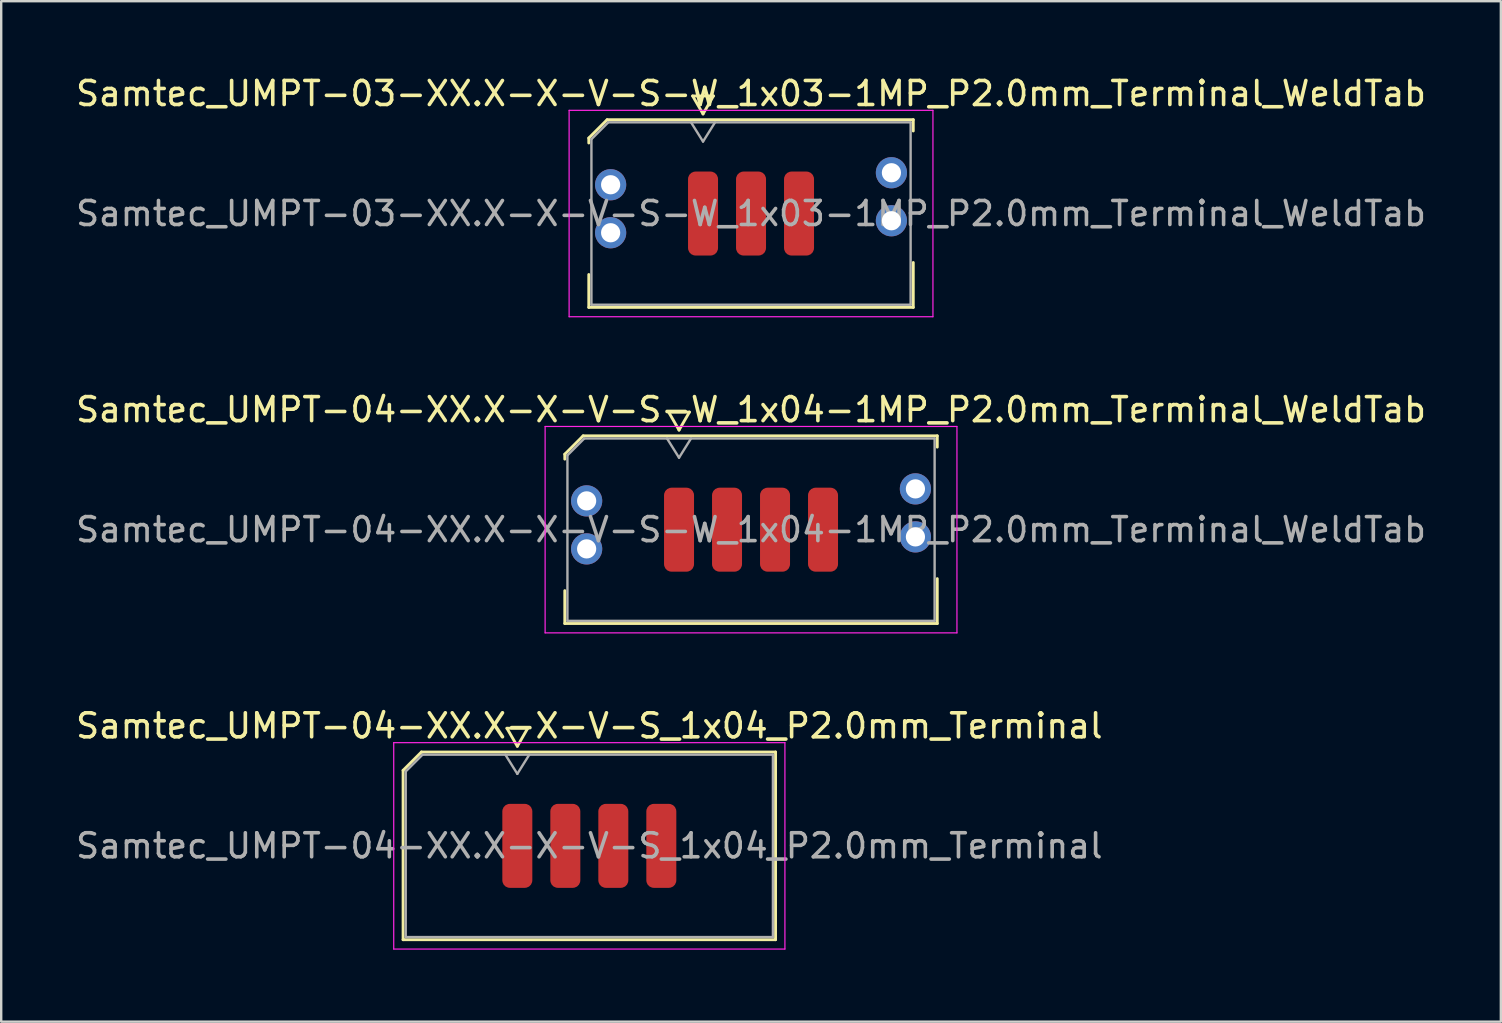
<source format=kicad_pcb>
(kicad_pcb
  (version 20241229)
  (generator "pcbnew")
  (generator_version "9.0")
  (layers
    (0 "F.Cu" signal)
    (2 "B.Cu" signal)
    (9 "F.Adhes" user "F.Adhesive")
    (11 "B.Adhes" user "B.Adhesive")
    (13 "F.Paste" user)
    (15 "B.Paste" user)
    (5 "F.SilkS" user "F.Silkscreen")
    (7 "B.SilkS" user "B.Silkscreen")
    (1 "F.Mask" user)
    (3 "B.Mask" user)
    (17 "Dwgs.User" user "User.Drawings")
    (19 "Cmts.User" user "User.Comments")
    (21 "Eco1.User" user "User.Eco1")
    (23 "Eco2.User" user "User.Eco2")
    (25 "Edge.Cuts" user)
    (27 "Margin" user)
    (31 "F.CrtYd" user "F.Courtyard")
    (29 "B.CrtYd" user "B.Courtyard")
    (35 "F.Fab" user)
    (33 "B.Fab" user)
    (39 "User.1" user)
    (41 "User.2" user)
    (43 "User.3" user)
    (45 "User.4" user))
  (footprint "Samtec_UMPT-04-XX.X-X-V-S_1x04_P2.0mm_Terminal"
    (layer "F.Cu")
    (at 21.506 32.195)
    (property "Reference" "Samtec_UMPT-04-XX.X-X-V-S_1x04_P2.0mm_Terminal" (at 0 -5 0) (layer "F.SilkS") (effects (font (size 1 1) (thickness 0.15))))
    (attr smd)
    (fp_line (start -7.76 -3.146) (end -6.996 -3.91) (stroke (width 0.12) (type solid)) (layer "F.SilkS"))
    (fp_line (start -7.76 3.91) (end -7.76 -3.146) (stroke (width 0.12) (type solid)) (layer "F.SilkS"))
    (fp_line (start -6.996 -3.91) (end 7.76 -3.91) (stroke (width 0.12) (type solid)) (layer "F.SilkS"))
    (fp_line (start -3.433 -4.9) (end -3 -4.15) (stroke (width 0.12) (type solid)) (layer "F.SilkS"))
    (fp_line (start -3 -4.15) (end -2.567 -4.9) (stroke (width 0.12) (type solid)) (layer "F.SilkS"))
    (fp_line (start -2.567 -4.9) (end -3.433 -4.9) (stroke (width 0.12) (type solid)) (layer "F.SilkS"))
    (fp_line (start 7.76 -3.91) (end 7.76 3.91) (stroke (width 0.12) (type solid)) (layer "F.SilkS"))
    (fp_line (start 7.76 3.91) (end -7.76 3.91) (stroke (width 0.12) (type solid)) (layer "F.SilkS"))
    (fp_line (start -8.15 -4.3) (end -8.15 4.3) (stroke (width 0.05) (type solid)) (layer "F.CrtYd"))
    (fp_line (start -8.15 4.3) (end 8.15 4.3) (stroke (width 0.05) (type solid)) (layer "F.CrtYd"))
    (fp_line (start 8.15 -4.3) (end -8.15 -4.3) (stroke (width 0.05) (type solid)) (layer "F.CrtYd"))
    (fp_line (start 8.15 4.3) (end 8.15 -4.3) (stroke (width 0.05) (type solid)) (layer "F.CrtYd"))
    (fp_line (start -7.65 -3.1) (end -6.95 -3.8) (stroke (width 0.1) (type solid)) (layer "F.Fab"))
    (fp_line (start -7.65 3.8) (end -7.65 -3.1) (stroke (width 0.1) (type solid)) (layer "F.Fab"))
    (fp_line (start -6.95 -3.8) (end 7.65 -3.8) (stroke (width 0.1) (type solid)) (layer "F.Fab"))
    (fp_line (start -3.5 -3.8) (end -3 -3) (stroke (width 0.1) (type solid)) (layer "F.Fab"))
    (fp_line (start -3 -3) (end -2.5 -3.8) (stroke (width 0.1) (type solid)) (layer "F.Fab"))
    (fp_line (start 7.65 -3.8) (end 7.65 3.8) (stroke (width 0.1) (type solid)) (layer "F.Fab"))
    (fp_line (start 7.65 3.8) (end -7.65 3.8) (stroke (width 0.1) (type solid)) (layer "F.Fab"))
    (fp_text user "${REFERENCE}" (at 0 0 0) (layer "F.Fab") (effects (font (size 1 1) (thickness 0.15))))
    (pad "1" smd roundrect (at -3 0) (size 1.25 3.5) (layers "F.Cu" "F.Mask" "F.Paste") (roundrect_rratio 0.25))
    (pad "2" smd roundrect (at -1 0) (size 1.25 3.5) (layers "F.Cu" "F.Mask" "F.Paste") (roundrect_rratio 0.25))
    (pad "3" smd roundrect (at 1 0) (size 1.25 3.5) (layers "F.Cu" "F.Mask" "F.Paste") (roundrect_rratio 0.25))
    (pad "4" smd roundrect (at 3 0) (size 1.25 3.5) (layers "F.Cu" "F.Mask" "F.Paste") (roundrect_rratio 0.25)))
  (footprint "Samtec_UMPT-03-XX.X-X-V-S-W_1x03-1MP_P2.0mm_Terminal_WeldTab"
    (layer "F.Cu")
    (at 28.244 5.848)
    (property "Reference" "Samtec_UMPT-03-XX.X-X-V-S-W_1x03-1MP_P2.0mm_Terminal_WeldTab" (at 0 -5 0) (layer "F.SilkS") (effects (font (size 1 1) (thickness 0.15))))
    (attr smd)
    (fp_line (start -6.76 -3.146) (end -5.996 -3.91) (stroke (width 0.12) (type solid)) (layer "F.SilkS"))
    (fp_line (start -6.76 -2.94) (end -6.76 -3.146) (stroke (width 0.12) (type solid)) (layer "F.SilkS"))
    (fp_line (start -6.76 3.91) (end -6.76 2.54) (stroke (width 0.12) (type solid)) (layer "F.SilkS"))
    (fp_line (start -5.996 -3.91) (end 6.76 -3.91) (stroke (width 0.12) (type solid)) (layer "F.SilkS"))
    (fp_line (start -2.433 -4.9) (end -2 -4.15) (stroke (width 0.12) (type solid)) (layer "F.SilkS"))
    (fp_line (start -2 -4.15) (end -1.567 -4.9) (stroke (width 0.12) (type solid)) (layer "F.SilkS"))
    (fp_line (start -1.567 -4.9) (end -2.433 -4.9) (stroke (width 0.12) (type solid)) (layer "F.SilkS"))
    (fp_line (start 6.76 -3.91) (end 6.76 -3.44) (stroke (width 0.12) (type solid)) (layer "F.SilkS"))
    (fp_line (start 6.76 2.04) (end 6.76 3.91) (stroke (width 0.12) (type solid)) (layer "F.SilkS"))
    (fp_line (start 6.76 3.91) (end -6.76 3.91) (stroke (width 0.12) (type solid)) (layer "F.SilkS"))
    (fp_line (start -7.58 -4.3) (end -7.58 4.3) (stroke (width 0.05) (type solid)) (layer "F.CrtYd"))
    (fp_line (start -7.58 4.3) (end 7.58 4.3) (stroke (width 0.05) (type solid)) (layer "F.CrtYd"))
    (fp_line (start 7.58 -4.3) (end -7.58 -4.3) (stroke (width 0.05) (type solid)) (layer "F.CrtYd"))
    (fp_line (start 7.58 4.3) (end 7.58 -4.3) (stroke (width 0.05) (type solid)) (layer "F.CrtYd"))
    (fp_line (start -6.65 -3.1) (end -5.95 -3.8) (stroke (width 0.1) (type solid)) (layer "F.Fab"))
    (fp_line (start -6.65 3.8) (end -6.65 -3.1) (stroke (width 0.1) (type solid)) (layer "F.Fab"))
    (fp_line (start -5.95 -3.8) (end 6.65 -3.8) (stroke (width 0.1) (type solid)) (layer "F.Fab"))
    (fp_line (start -2.5 -3.8) (end -2 -3) (stroke (width 0.1) (type solid)) (layer "F.Fab"))
    (fp_line (start -2 -3) (end -1.5 -3.8) (stroke (width 0.1) (type solid)) (layer "F.Fab"))
    (fp_line (start 6.65 -3.8) (end 6.65 3.8) (stroke (width 0.1) (type solid)) (layer "F.Fab"))
    (fp_line (start 6.65 3.8) (end -6.65 3.8) (stroke (width 0.1) (type solid)) (layer "F.Fab"))
    (fp_text user "${REFERENCE}" (at 0 0 0) (layer "F.Fab") (effects (font (size 1 1) (thickness 0.15))))
    (pad "" smd rect (at -5.85 -1.54) (size 2.45 2.28) (layers "F.Paste"))
    (pad "" smd rect (at -5.85 1.14) (size 2.45 2.28) (layers "F.Paste"))
    (pad "" smd rect (at 5.85 -2.04) (size 2.45 2.28) (layers "F.Paste"))
    (pad "" smd rect (at 5.85 0.64) (size 2.45 2.28) (layers "F.Paste"))
    (pad "1" smd roundrect (at -2 0) (size 1.25 3.5) (layers "F.Cu" "F.Mask" "F.Paste") (roundrect_rratio 0.25))
    (pad "2" smd roundrect (at 0 0) (size 1.25 3.5) (layers "F.Cu" "F.Mask" "F.Paste") (roundrect_rratio 0.25))
    (pad "3" smd roundrect (at 2 0) (size 1.25 3.5) (layers "F.Cu" "F.Mask" "F.Paste") (roundrect_rratio 0.25))
    (pad "MP" thru_hole circle (at -5.85 -1.2) (size 1.3 1.3) (drill 0.8) (layers "*.Cu" "*.Mask"))
    (pad "MP" thru_hole circle (at -5.85 0.8) (size 1.3 1.3) (drill 0.8) (layers "*.Cu" "*.Mask"))
    (pad "MP" thru_hole circle (at 5.85 -1.7) (size 1.3 1.3) (drill 0.8) (layers "*.Cu" "*.Mask"))
    (pad "MP" thru_hole circle (at 5.85 0.3) (size 1.3 1.3) (drill 0.8) (layers "*.Cu" "*.Mask")))
  (footprint "Samtec_UMPT-04-XX.X-X-V-S-W_1x04-1MP_P2.0mm_Terminal_WeldTab"
    (layer "F.Cu")
    (at 28.244 19.021)
    (property "Reference" "Samtec_UMPT-04-XX.X-X-V-S-W_1x04-1MP_P2.0mm_Terminal_WeldTab" (at 0 -5 0) (layer "F.SilkS") (effects (font (size 1 1) (thickness 0.15))))
    (attr smd)
    (fp_line (start -7.76 -3.146) (end -6.996 -3.91) (stroke (width 0.12) (type solid)) (layer "F.SilkS"))
    (fp_line (start -7.76 -2.94) (end -7.76 -3.146) (stroke (width 0.12) (type solid)) (layer "F.SilkS"))
    (fp_line (start -7.76 3.91) (end -7.76 2.54) (stroke (width 0.12) (type solid)) (layer "F.SilkS"))
    (fp_line (start -6.996 -3.91) (end 7.76 -3.91) (stroke (width 0.12) (type solid)) (layer "F.SilkS"))
    (fp_line (start -3.433 -4.9) (end -3 -4.15) (stroke (width 0.12) (type solid)) (layer "F.SilkS"))
    (fp_line (start -3 -4.15) (end -2.567 -4.9) (stroke (width 0.12) (type solid)) (layer "F.SilkS"))
    (fp_line (start -2.567 -4.9) (end -3.433 -4.9) (stroke (width 0.12) (type solid)) (layer "F.SilkS"))
    (fp_line (start 7.76 -3.91) (end 7.76 -3.44) (stroke (width 0.12) (type solid)) (layer "F.SilkS"))
    (fp_line (start 7.76 2.04) (end 7.76 3.91) (stroke (width 0.12) (type solid)) (layer "F.SilkS"))
    (fp_line (start 7.76 3.91) (end -7.76 3.91) (stroke (width 0.12) (type solid)) (layer "F.SilkS"))
    (fp_line (start -8.58 -4.3) (end -8.58 4.3) (stroke (width 0.05) (type solid)) (layer "F.CrtYd"))
    (fp_line (start -8.58 4.3) (end 8.58 4.3) (stroke (width 0.05) (type solid)) (layer "F.CrtYd"))
    (fp_line (start 8.58 -4.3) (end -8.58 -4.3) (stroke (width 0.05) (type solid)) (layer "F.CrtYd"))
    (fp_line (start 8.58 4.3) (end 8.58 -4.3) (stroke (width 0.05) (type solid)) (layer "F.CrtYd"))
    (fp_line (start -7.65 -3.1) (end -6.95 -3.8) (stroke (width 0.1) (type solid)) (layer "F.Fab"))
    (fp_line (start -7.65 3.8) (end -7.65 -3.1) (stroke (width 0.1) (type solid)) (layer "F.Fab"))
    (fp_line (start -6.95 -3.8) (end 7.65 -3.8) (stroke (width 0.1) (type solid)) (layer "F.Fab"))
    (fp_line (start -3.5 -3.8) (end -3 -3) (stroke (width 0.1) (type solid)) (layer "F.Fab"))
    (fp_line (start -3 -3) (end -2.5 -3.8) (stroke (width 0.1) (type solid)) (layer "F.Fab"))
    (fp_line (start 7.65 -3.8) (end 7.65 3.8) (stroke (width 0.1) (type solid)) (layer "F.Fab"))
    (fp_line (start 7.65 3.8) (end -7.65 3.8) (stroke (width 0.1) (type solid)) (layer "F.Fab"))
    (fp_text user "${REFERENCE}" (at 0 0 0) (layer "F.Fab") (effects (font (size 1 1) (thickness 0.15))))
    (pad "" smd rect (at -6.85 -1.54) (size 2.45 2.28) (layers "F.Paste"))
    (pad "" smd rect (at -6.85 1.14) (size 2.45 2.28) (layers "F.Paste"))
    (pad "" smd rect (at 6.85 -2.04) (size 2.45 2.28) (layers "F.Paste"))
    (pad "" smd rect (at 6.85 0.64) (size 2.45 2.28) (layers "F.Paste"))
    (pad "1" smd roundrect (at -3 0) (size 1.25 3.5) (layers "F.Cu" "F.Mask" "F.Paste") (roundrect_rratio 0.25))
    (pad "2" smd roundrect (at -1 0) (size 1.25 3.5) (layers "F.Cu" "F.Mask" "F.Paste") (roundrect_rratio 0.25))
    (pad "3" smd roundrect (at 1 0) (size 1.25 3.5) (layers "F.Cu" "F.Mask" "F.Paste") (roundrect_rratio 0.25))
    (pad "4" smd roundrect (at 3 0) (size 1.25 3.5) (layers "F.Cu" "F.Mask" "F.Paste") (roundrect_rratio 0.25))
    (pad "MP" thru_hole circle (at -6.85 -1.2) (size 1.3 1.3) (drill 0.8) (layers "*.Cu" "*.Mask"))
    (pad "MP" thru_hole circle (at -6.85 0.8) (size 1.3 1.3) (drill 0.8) (layers "*.Cu" "*.Mask"))
    (pad "MP" thru_hole circle (at 6.85 -1.7) (size 1.3 1.3) (drill 0.8) (layers "*.Cu" "*.Mask"))
    (pad "MP" thru_hole circle (at 6.85 0.3) (size 1.3 1.3) (drill 0.8) (layers "*.Cu" "*.Mask")))
  (gr_rect
    (start -3 -3)
    (end 59.488 39.52)
    (stroke (width 0.1) (type default))
    (fill no)
    (layer "Edge.Cuts")))
</source>
